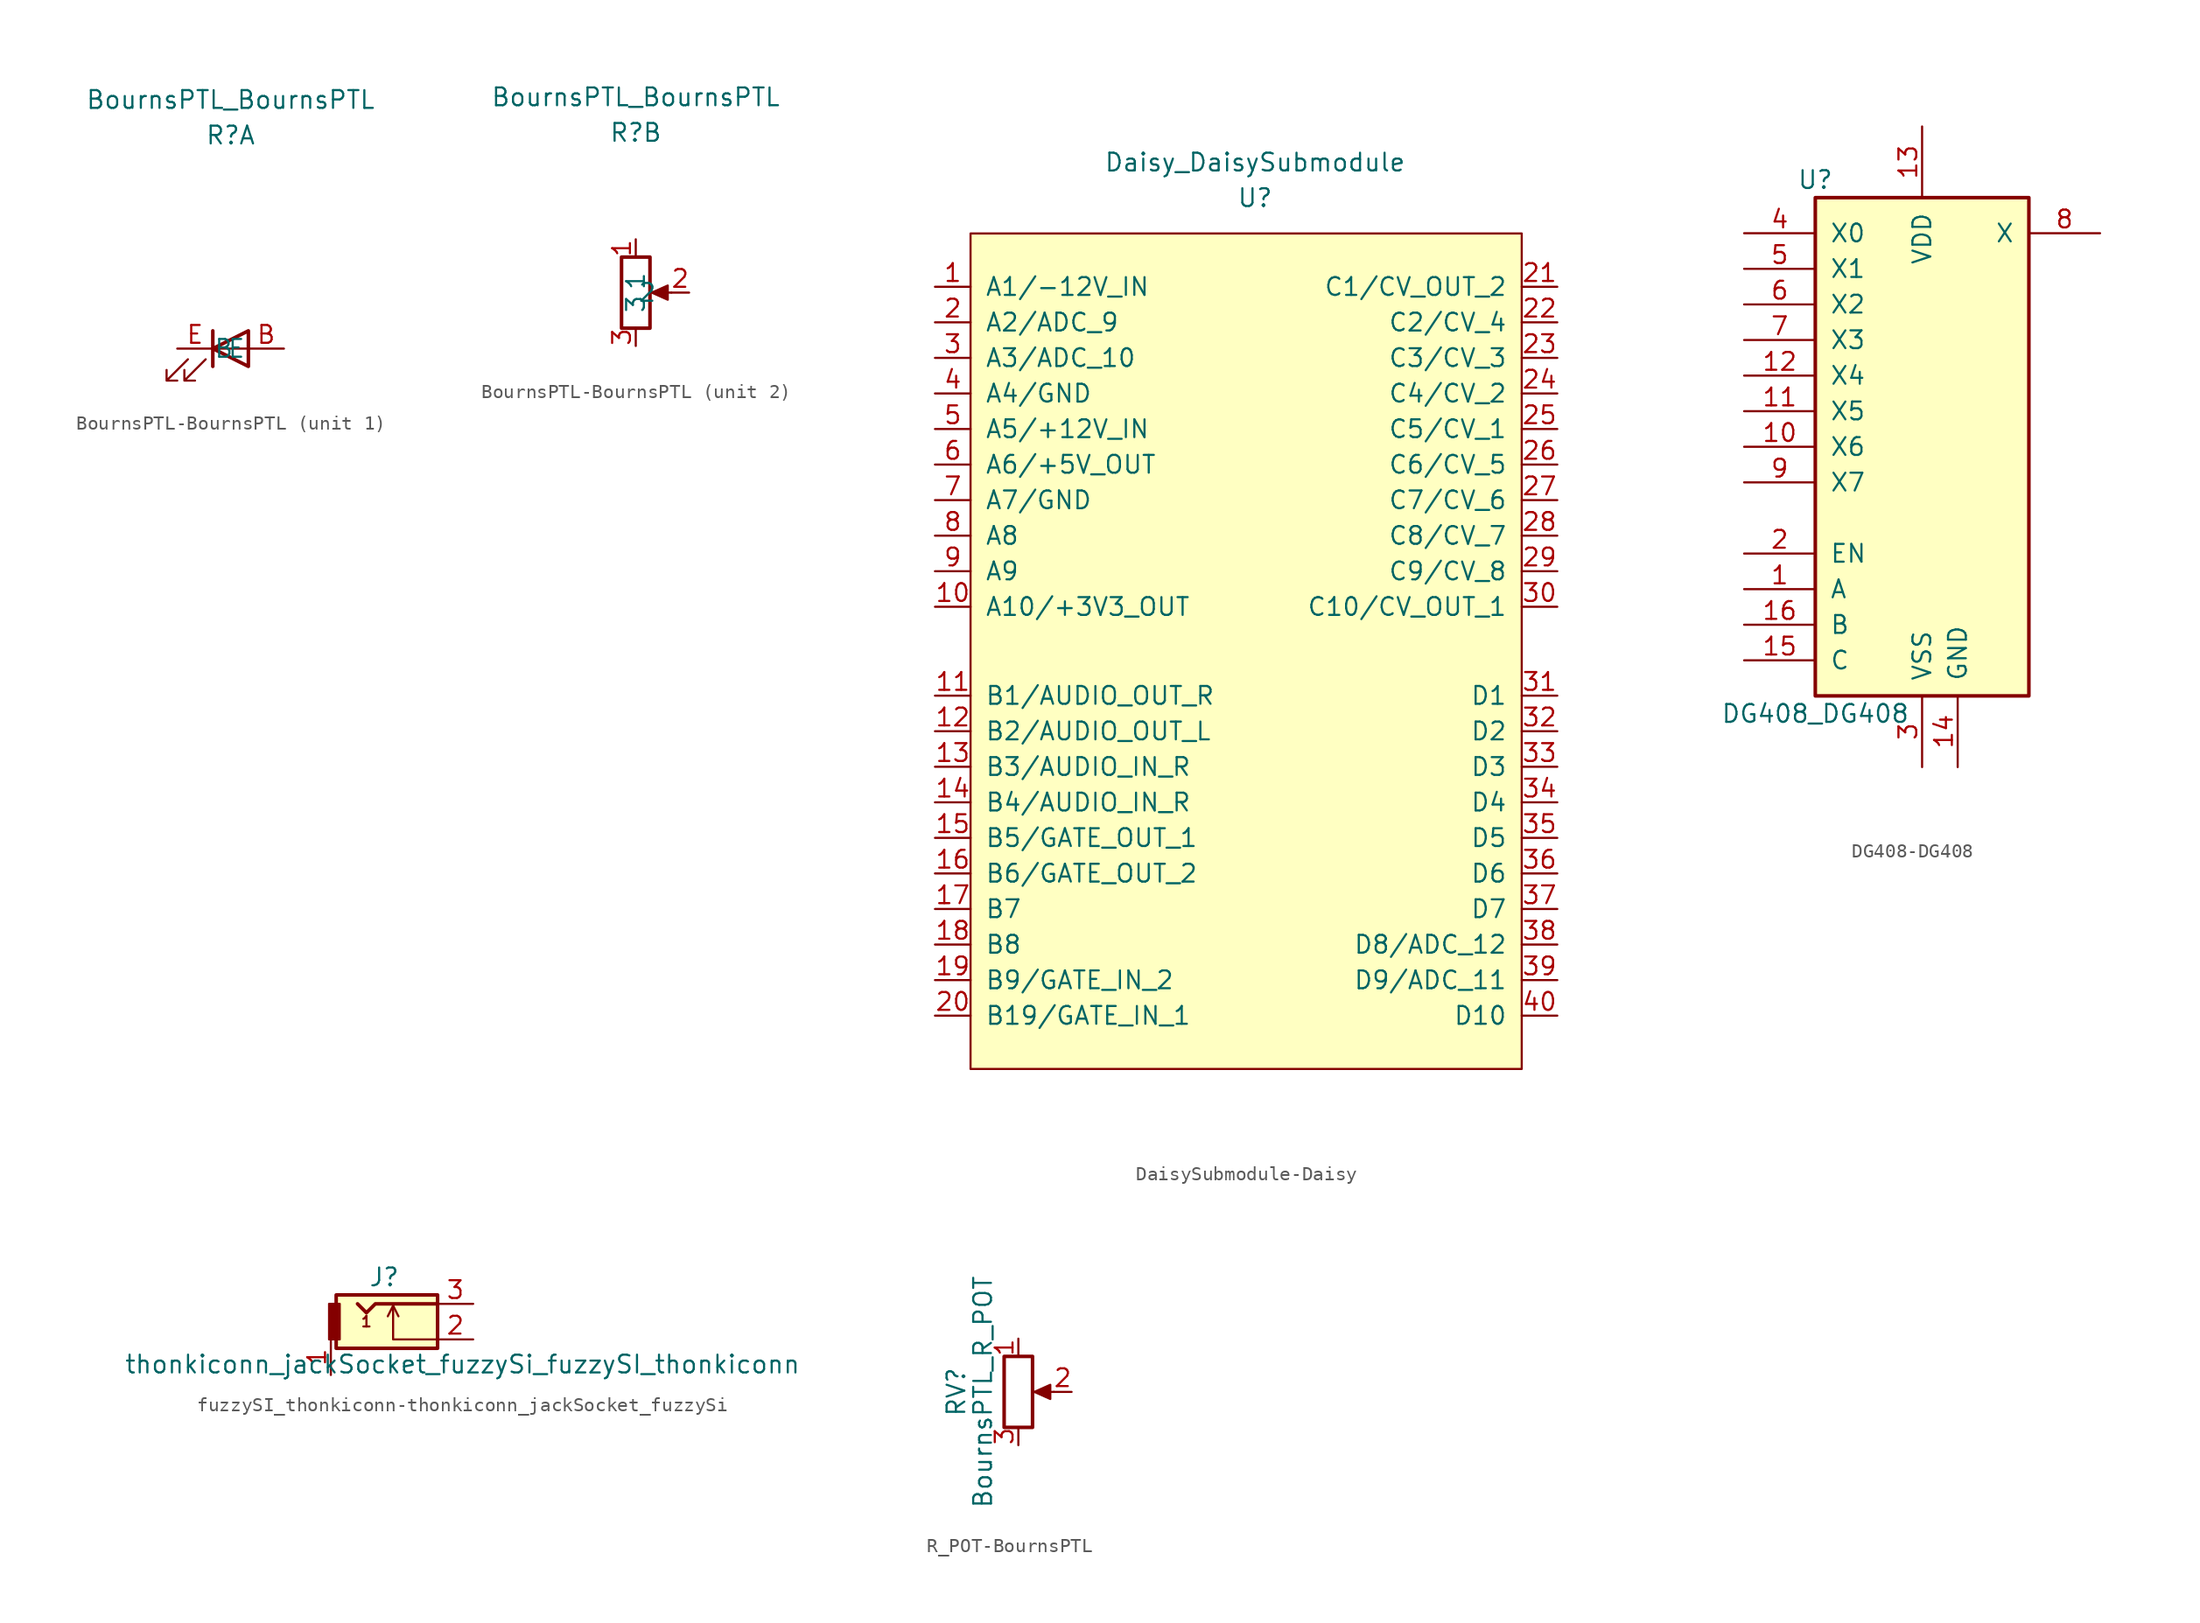
<source format=kicad_sym>
(kicad_symbol_lib
  (version 20231120)
  (generator "kicad_symbol_editor")
  (generator_version "8.0")
  (symbol "BournsPTL-BournsPTL"
    (pin_names
      (offset 1.016))
    (property "Reference" "R"
      (at 0 11.43 0)
      (effects (font (size 1.27 1.27))))
    (property "Value" "BournsPTL_BournsPTL"
      (at 0 13.97 0)
      (effects (font (size 1.27 1.27))))
    (property "ki_locked" ""
      (at 0 0 0)
      (effects (font (size 1.27 1.27))))
    (symbol "BournsPTL-BournsPTL_1_1"
      (polyline (pts (xy -1.27 -5.08) (xy -1.27 -2.54)) (stroke (width 0.254) (type solid)) (fill (type none)))
      (polyline (pts (xy -1.27 -3.81) (xy 1.27 -3.81)) (stroke (width 0) (type solid)) (fill (type none)))
      (polyline (pts (xy 1.27 -5.08) (xy 1.27 -2.54) (xy -1.27 -3.81) (xy 1.27 -5.08)) (stroke (width 0.254) (type solid)) (fill (type none)))
      (polyline (pts (xy -3.048 -4.572) (xy -4.572 -6.096) (xy -3.81 -6.096) (xy -4.572 -6.096) (xy -4.572 -5.334)) (stroke (width 0) (type solid)) (fill (type none)))
      (polyline (pts (xy -1.778 -4.572) (xy -3.302 -6.096) (xy -2.54 -6.096) (xy -3.302 -6.096) (xy -3.302 -5.334)) (stroke (width 0) (type solid)) (fill (type none)))
      (pin passive line (at 3.81 -3.81 180) (length 2.54) (name "B" (effects (font (size 1.27 1.27)))) (number "B" (effects (font (size 1.27 1.27)))))
      (pin passive line (at -3.81 -3.81 0) (length 2.54) (name "E" (effects (font (size 1.27 1.27)))) (number "E" (effects (font (size 1.27 1.27))))))
    (symbol "BournsPTL-BournsPTL_2_1"
      (polyline (pts (xy 2.54 0) (xy 1.524 0)) (stroke (width 0) (type solid)) (fill (type none)))
      (polyline (pts (xy 1.143 0) (xy 2.286 0.508) (xy 2.286 -0.508) (xy 1.143 0)) (stroke (width 0) (type solid)) (fill (type outline)))
      (rectangle (start 1.016 2.54) (end -1.016 -2.54) (stroke (width 0.254) (type solid)) (fill (type none)))
      (pin passive line (at 0 3.81 270) (length 1.27) (name "1" (effects (font (size 1.27 1.27)))) (number "1" (effects (font (size 1.27 1.27)))))
      (pin passive line (at 3.81 0 180) (length 1.27) (name "2" (effects (font (size 1.27 1.27)))) (number "2" (effects (font (size 1.27 1.27)))))
      (pin passive line (at 0 -3.81 90) (length 1.27) (name "3" (effects (font (size 1.27 1.27)))) (number "3" (effects (font (size 1.27 1.27)))))))
  (symbol "DaisySubmodule-Daisy"
    (pin_names
      (offset 1.016))
    (property "Reference" "U"
      (at 0 0 0)
      (effects (font (size 1.27 1.27))))
    (property "Value" "Daisy_DaisySubmodule"
      (at 0 2.54 0)
      (effects (font (size 1.27 1.27))))
    (symbol "DaisySubmodule-Daisy_0_1"
      (rectangle (start -20.32 -2.54) (end 19.05 -62.23) (stroke (width 0) (type solid)) (fill (type background))))
    (symbol "DaisySubmodule-Daisy_1_1"
      (pin input line (at -22.86 -6.35 0) (length 2.54) (name "A1/-12V_IN" (effects (font (size 1.27 1.27)))) (number "1" (effects (font (size 1.27 1.27)))))
      (pin output line (at -22.86 -29.21 0) (length 2.54) (name "A10/+3V3_OUT" (effects (font (size 1.27 1.27)))) (number "10" (effects (font (size 1.27 1.27)))))
      (pin output line (at -22.86 -35.56 0) (length 2.54) (name "B1/AUDIO_OUT_R" (effects (font (size 1.27 1.27)))) (number "11" (effects (font (size 1.27 1.27)))))
      (pin output line (at -22.86 -38.1 0) (length 2.54) (name "B2/AUDIO_OUT_L" (effects (font (size 1.27 1.27)))) (number "12" (effects (font (size 1.27 1.27)))))
      (pin input line (at -22.86 -40.64 0) (length 2.54) (name "B3/AUDIO_IN_R" (effects (font (size 1.27 1.27)))) (number "13" (effects (font (size 1.27 1.27)))))
      (pin input line (at -22.86 -43.18 0) (length 2.54) (name "B4/AUDIO_IN_R" (effects (font (size 1.27 1.27)))) (number "14" (effects (font (size 1.27 1.27)))))
      (pin bidirectional line (at -22.86 -45.72 0) (length 2.54) (name "B5/GATE_OUT_1" (effects (font (size 1.27 1.27)))) (number "15" (effects (font (size 1.27 1.27)))))
      (pin bidirectional line (at -22.86 -48.26 0) (length 2.54) (name "B6/GATE_OUT_2" (effects (font (size 1.27 1.27)))) (number "16" (effects (font (size 1.27 1.27)))))
      (pin bidirectional line (at -22.86 -50.8 0) (length 2.54) (name "B7" (effects (font (size 1.27 1.27)))) (number "17" (effects (font (size 1.27 1.27)))))
      (pin bidirectional line (at -22.86 -53.34 0) (length 2.54) (name "B8" (effects (font (size 1.27 1.27)))) (number "18" (effects (font (size 1.27 1.27)))))
      (pin bidirectional line (at -22.86 -55.88 0) (length 2.54) (name "B9/GATE_IN_2" (effects (font (size 1.27 1.27)))) (number "19" (effects (font (size 1.27 1.27)))))
      (pin bidirectional line (at -22.86 -8.89 0) (length 2.54) (name "A2/ADC_9" (effects (font (size 1.27 1.27)))) (number "2" (effects (font (size 1.27 1.27)))))
      (pin bidirectional line (at -22.86 -58.42 0) (length 2.54) (name "B19/GATE_IN_1" (effects (font (size 1.27 1.27)))) (number "20" (effects (font (size 1.27 1.27)))))
      (pin bidirectional line (at 21.59 -6.35 180) (length 2.54) (name "C1/CV_OUT_2" (effects (font (size 1.27 1.27)))) (number "21" (effects (font (size 1.27 1.27)))))
      (pin bidirectional line (at 21.59 -8.89 180) (length 2.54) (name "C2/CV_4" (effects (font (size 1.27 1.27)))) (number "22" (effects (font (size 1.27 1.27)))))
      (pin bidirectional line (at 21.59 -11.43 180) (length 2.54) (name "C3/CV_3" (effects (font (size 1.27 1.27)))) (number "23" (effects (font (size 1.27 1.27)))))
      (pin bidirectional line (at 21.59 -13.97 180) (length 2.54) (name "C4/CV_2" (effects (font (size 1.27 1.27)))) (number "24" (effects (font (size 1.27 1.27)))))
      (pin bidirectional line (at 21.59 -16.51 180) (length 2.54) (name "C5/CV_1" (effects (font (size 1.27 1.27)))) (number "25" (effects (font (size 1.27 1.27)))))
      (pin bidirectional line (at 21.59 -19.05 180) (length 2.54) (name "C6/CV_5" (effects (font (size 1.27 1.27)))) (number "26" (effects (font (size 1.27 1.27)))))
      (pin bidirectional line (at 21.59 -21.59 180) (length 2.54) (name "C7/CV_6" (effects (font (size 1.27 1.27)))) (number "27" (effects (font (size 1.27 1.27)))))
      (pin bidirectional line (at 21.59 -24.13 180) (length 2.54) (name "C8/CV_7" (effects (font (size 1.27 1.27)))) (number "28" (effects (font (size 1.27 1.27)))))
      (pin bidirectional line (at 21.59 -26.67 180) (length 2.54) (name "C9/CV_8" (effects (font (size 1.27 1.27)))) (number "29" (effects (font (size 1.27 1.27)))))
      (pin bidirectional line (at -22.86 -11.43 0) (length 2.54) (name "A3/ADC_10" (effects (font (size 1.27 1.27)))) (number "3" (effects (font (size 1.27 1.27)))))
      (pin bidirectional line (at 21.59 -29.21 180) (length 2.54) (name "C10/CV_OUT_1" (effects (font (size 1.27 1.27)))) (number "30" (effects (font (size 1.27 1.27)))))
      (pin bidirectional line (at 21.59 -35.56 180) (length 2.54) (name "D1" (effects (font (size 1.27 1.27)))) (number "31" (effects (font (size 1.27 1.27)))))
      (pin bidirectional line (at 21.59 -38.1 180) (length 2.54) (name "D2" (effects (font (size 1.27 1.27)))) (number "32" (effects (font (size 1.27 1.27)))))
      (pin bidirectional line (at 21.59 -40.64 180) (length 2.54) (name "D3" (effects (font (size 1.27 1.27)))) (number "33" (effects (font (size 1.27 1.27)))))
      (pin bidirectional line (at 21.59 -43.18 180) (length 2.54) (name "D4" (effects (font (size 1.27 1.27)))) (number "34" (effects (font (size 1.27 1.27)))))
      (pin bidirectional line (at 21.59 -45.72 180) (length 2.54) (name "D5" (effects (font (size 1.27 1.27)))) (number "35" (effects (font (size 1.27 1.27)))))
      (pin bidirectional line (at 21.59 -48.26 180) (length 2.54) (name "D6" (effects (font (size 1.27 1.27)))) (number "36" (effects (font (size 1.27 1.27)))))
      (pin bidirectional line (at 21.59 -50.8 180) (length 2.54) (name "D7" (effects (font (size 1.27 1.27)))) (number "37" (effects (font (size 1.27 1.27)))))
      (pin bidirectional line (at 21.59 -53.34 180) (length 2.54) (name "D8/ADC_12" (effects (font (size 1.27 1.27)))) (number "38" (effects (font (size 1.27 1.27)))))
      (pin bidirectional line (at 21.59 -55.88 180) (length 2.54) (name "D9/ADC_11" (effects (font (size 1.27 1.27)))) (number "39" (effects (font (size 1.27 1.27)))))
      (pin bidirectional line (at -22.86 -13.97 0) (length 2.54) (name "A4/GND" (effects (font (size 1.27 1.27)))) (number "4" (effects (font (size 1.27 1.27)))))
      (pin bidirectional line (at 21.59 -58.42 180) (length 2.54) (name "D10" (effects (font (size 1.27 1.27)))) (number "40" (effects (font (size 1.27 1.27)))))
      (pin input line (at -22.86 -16.51 0) (length 2.54) (name "A5/+12V_IN" (effects (font (size 1.27 1.27)))) (number "5" (effects (font (size 1.27 1.27)))))
      (pin output line (at -22.86 -19.05 0) (length 2.54) (name "A6/+5V_OUT" (effects (font (size 1.27 1.27)))) (number "6" (effects (font (size 1.27 1.27)))))
      (pin bidirectional line (at -22.86 -21.59 0) (length 2.54) (name "A7/GND" (effects (font (size 1.27 1.27)))) (number "7" (effects (font (size 1.27 1.27)))))
      (pin bidirectional line (at -22.86 -24.13 0) (length 2.54) (name "A8" (effects (font (size 1.27 1.27)))) (number "8" (effects (font (size 1.27 1.27)))))
      (pin bidirectional line (at -22.86 -26.67 0) (length 2.54) (name "A9" (effects (font (size 1.27 1.27)))) (number "9" (effects (font (size 1.27 1.27)))))))
  (symbol "DG408-DG408"
    (pin_names
      (offset 1.016))
    (property "Reference" "U"
      (at -7.62 19.05 0)
      (effects (font (size 1.27 1.27))))
    (property "Value" "DG408_DG408"
      (at -7.62 -19.05 0)
      (effects (font (size 1.27 1.27))))
    (property "ki_locked" ""
      (at 0 0 0)
      (effects (font (size 1.27 1.27))))
    (symbol "DG408-DG408_1_0"
      (pin input line (at -12.7 -10.16 0) (length 5.08) (name "A" (effects (font (size 1.27 1.27)))) (number "1" (effects (font (size 1.27 1.27)))))
      (pin passive line (at -12.7 0 0) (length 5.08) (name "X6" (effects (font (size 1.27 1.27)))) (number "10" (effects (font (size 1.27 1.27)))))
      (pin passive line (at -12.7 2.54 0) (length 5.08) (name "X5" (effects (font (size 1.27 1.27)))) (number "11" (effects (font (size 1.27 1.27)))))
      (pin passive line (at -12.7 5.08 0) (length 5.08) (name "X4" (effects (font (size 1.27 1.27)))) (number "12" (effects (font (size 1.27 1.27)))))
      (pin power_in line (at 0 22.86 270) (length 5.08) (name "VDD" (effects (font (size 1.27 1.27)))) (number "13" (effects (font (size 1.27 1.27)))))
      (pin power_in line (at 2.54 -22.86 90) (length 5.08) (name "GND" (effects (font (size 1.27 1.27)))) (number "14" (effects (font (size 1.27 1.27)))))
      (pin input line (at -12.7 -15.24 0) (length 5.08) (name "C" (effects (font (size 1.27 1.27)))) (number "15" (effects (font (size 1.27 1.27)))))
      (pin input line (at -12.7 -12.7 0) (length 5.08) (name "B" (effects (font (size 1.27 1.27)))) (number "16" (effects (font (size 1.27 1.27)))))
      (pin input line (at -12.7 -7.62 0) (length 5.08) (name "EN" (effects (font (size 1.27 1.27)))) (number "2" (effects (font (size 1.27 1.27)))))
      (pin power_in line (at 0 -22.86 90) (length 5.08) (name "VSS" (effects (font (size 1.27 1.27)))) (number "3" (effects (font (size 1.27 1.27)))))
      (pin passive line (at -12.7 15.24 0) (length 5.08) (name "X0" (effects (font (size 1.27 1.27)))) (number "4" (effects (font (size 1.27 1.27)))))
      (pin passive line (at -12.7 12.7 0) (length 5.08) (name "X1" (effects (font (size 1.27 1.27)))) (number "5" (effects (font (size 1.27 1.27)))))
      (pin passive line (at -12.7 10.16 0) (length 5.08) (name "X2" (effects (font (size 1.27 1.27)))) (number "6" (effects (font (size 1.27 1.27)))))
      (pin passive line (at -12.7 7.62 0) (length 5.08) (name "X3" (effects (font (size 1.27 1.27)))) (number "7" (effects (font (size 1.27 1.27)))))
      (pin passive line (at 12.7 15.24 180) (length 5.08) (name "X" (effects (font (size 1.27 1.27)))) (number "8" (effects (font (size 1.27 1.27)))))
      (pin passive line (at -12.7 -2.54 0) (length 5.08) (name "X7" (effects (font (size 1.27 1.27)))) (number "9" (effects (font (size 1.27 1.27))))))
    (symbol "DG408-DG408_1_1"
      (rectangle (start -7.62 17.78) (end 7.62 -17.78) (stroke (width 0.254) (type solid)) (fill (type background)))))
  (symbol "fuzzySI_thonkiconn-thonkiconn_jackSocket_fuzzySi"
    (pin_names
      (offset 1.016))
    (property "Reference" "J"
      (at -1.27 4.445 0)
      (effects (font (size 1.27 1.27))))
    (property "Value" "thonkiconn_jackSocket_fuzzySi_fuzzySI_thonkiconn"
      (at 4.318 -1.778 0)
      (effects (font (size 1.27 1.27))))
    (symbol "fuzzySI_thonkiconn-thonkiconn_jackSocket_fuzzySi_0_0"
      (text "1" (at -2.54 1.27 0) (effects (font (size 0.762 0.762)))))
    (symbol "fuzzySI_thonkiconn-thonkiconn_jackSocket_fuzzySi_0_1"
      (rectangle (start -4.699 3.175) (end 2.54 -0.635) (stroke (width 0.254) (type solid)) (fill (type background)))
      (rectangle (start -4.445 0) (end -5.207 2.54) (stroke (width 0) (type solid)) (fill (type outline)))
      (polyline (pts (xy -0.635 2.413) (xy -0.254 1.651)) (stroke (width 0) (type solid)) (fill (type none)))
      (polyline (pts (xy 2.54 0) (xy -0.635 0) (xy -0.635 2.413) (xy -1.016 1.651)) (stroke (width 0) (type solid)) (fill (type none)))
      (polyline (pts (xy 2.54 2.54) (xy -1.905 2.54) (xy -2.54 1.905) (xy -3.175 2.54)) (stroke (width 0.254) (type solid)) (fill (type none))))
    (symbol "fuzzySI_thonkiconn-thonkiconn_jackSocket_fuzzySi_1_1"
      (pin passive line (at -5.08 -2.54 90) (length 2.54) (name "~" (effects (font (size 1.27 1.27)))) (number "1" (effects (font (size 1.27 1.27)))))
      (pin passive line (at 5.08 0 180) (length 2.54) (name "~" (effects (font (size 1.27 1.27)))) (number "2" (effects (font (size 1.27 1.27)))))
      (pin passive line (at 5.08 2.54 180) (length 2.54) (name "~" (effects (font (size 1.27 1.27)))) (number "3" (effects (font (size 1.27 1.27)))))))
  (symbol "R_POT-BournsPTL"
    (pin_names
      (offset 1.016) hide)
    (property "Reference" "RV"
      (at -4.445 0 90)
      (effects (font (size 1.27 1.27))))
    (property "Value" "BournsPTL_R_POT"
      (at -2.54 0 90)
      (effects (font (size 1.27 1.27))))
    (symbol "R_POT-BournsPTL_0_1"
      (polyline (pts (xy 2.54 0) (xy 1.524 0)) (stroke (width 0) (type solid)) (fill (type none)))
      (polyline (pts (xy 1.143 0) (xy 2.286 0.508) (xy 2.286 -0.508) (xy 1.143 0)) (stroke (width 0) (type solid)) (fill (type outline)))
      (rectangle (start 1.016 2.54) (end -1.016 -2.54) (stroke (width 0.254) (type solid)) (fill (type none))))
    (symbol "R_POT-BournsPTL_1_1"
      (pin passive line (at 0 3.81 270) (length 1.27) (name "1" (effects (font (size 1.27 1.27)))) (number "1" (effects (font (size 1.27 1.27)))))
      (pin passive line (at 3.81 0 180) (length 1.27) (name "2" (effects (font (size 1.27 1.27)))) (number "2" (effects (font (size 1.27 1.27)))))
      (pin passive line (at 0 -3.81 90) (length 1.27) (name "3" (effects (font (size 1.27 1.27)))) (number "3" (effects (font (size 1.27 1.27))))))))
</source>
